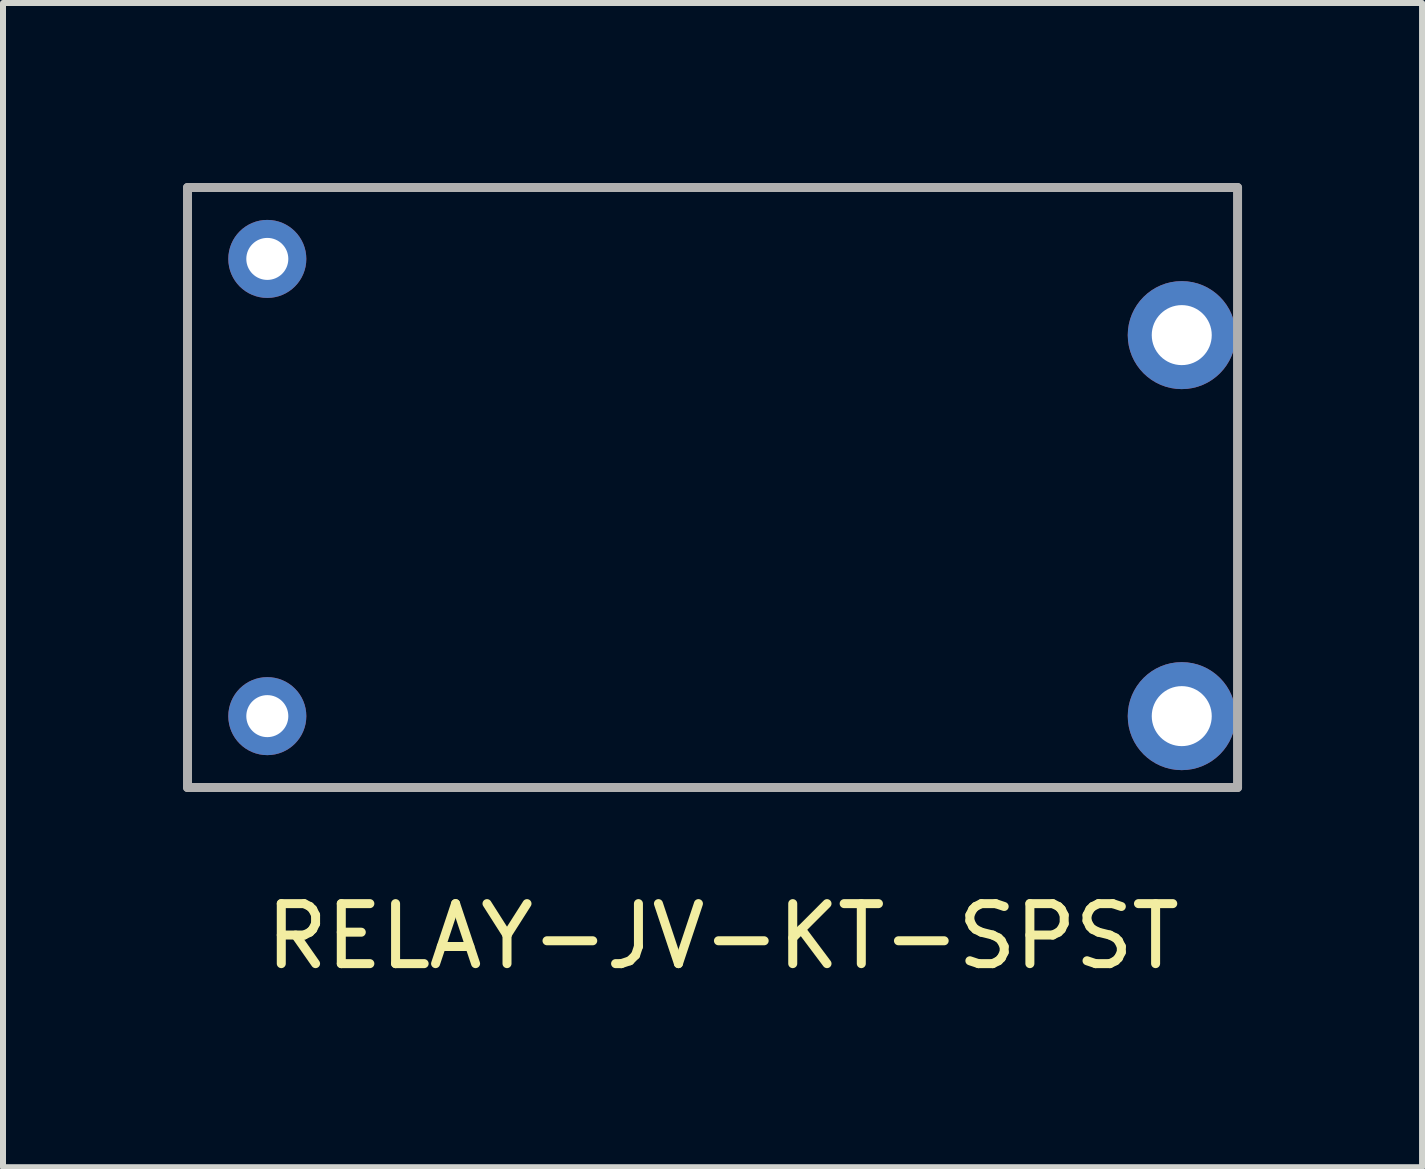
<source format=kicad_pcb>
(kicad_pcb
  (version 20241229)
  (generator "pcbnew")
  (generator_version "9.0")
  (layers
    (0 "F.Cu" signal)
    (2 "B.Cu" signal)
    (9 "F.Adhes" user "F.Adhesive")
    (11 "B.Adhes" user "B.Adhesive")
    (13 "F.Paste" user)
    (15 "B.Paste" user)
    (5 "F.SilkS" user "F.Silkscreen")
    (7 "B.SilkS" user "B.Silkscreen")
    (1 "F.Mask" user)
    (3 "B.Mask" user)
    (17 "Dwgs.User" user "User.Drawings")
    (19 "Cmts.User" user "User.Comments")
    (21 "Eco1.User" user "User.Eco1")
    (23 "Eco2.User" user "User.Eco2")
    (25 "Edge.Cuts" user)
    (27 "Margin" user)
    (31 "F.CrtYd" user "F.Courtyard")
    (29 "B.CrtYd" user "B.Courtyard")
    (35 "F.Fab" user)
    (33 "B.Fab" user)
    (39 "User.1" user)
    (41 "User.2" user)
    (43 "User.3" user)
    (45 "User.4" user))
  (footprint "RELAY-JV-KT-SPST"
    (layer "F.Cu")
    (at 9.025 5.075)
    (property "Reference" "RELAY-JV-KT-SPST" (at -0.03 7.48 0) (layer "F.SilkS") (effects (font (size 1 1) (thickness 0.15))))
    (attr smd)
    (fp_line (start -8.95 -5) (end 8.55 -5) (stroke (width 0.15) (type solid)) (layer "F.Fab"))
    (fp_line (start -8.95 5) (end -8.95 -5) (stroke (width 0.15) (type solid)) (layer "F.Fab"))
    (fp_line (start 8.55 5) (end -8.95 5) (stroke (width 0.15) (type solid)) (layer "F.Fab"))
    (fp_line (start 8.55 5) (end 8.55 -5) (stroke (width 0.15) (type solid)) (layer "F.Fab"))
    (pad "1" thru_hole circle (at -7.62 3.81) (size 1.3 1.3) (drill 0.7) (layers "*.Cu" "*.Mask"))
    (pad "2" thru_hole circle (at -7.62 -3.81) (size 1.3 1.3) (drill 0.7) (layers "*.Cu" "*.Mask"))
    (pad "3" thru_hole circle (at 7.62 -2.54) (size 1.8 1.8) (drill 1) (layers "*.Cu" "*.Mask"))
    (pad "4" thru_hole circle (at 7.62 3.81) (size 1.8 1.8) (drill 1) (layers "*.Cu" "*.Mask")))
  (gr_rect
    (start -3 -3)
    (end 20.65 16.403)
    (stroke (width 0.1) (type default))
    (fill no)
    (layer "Edge.Cuts")))
</source>
